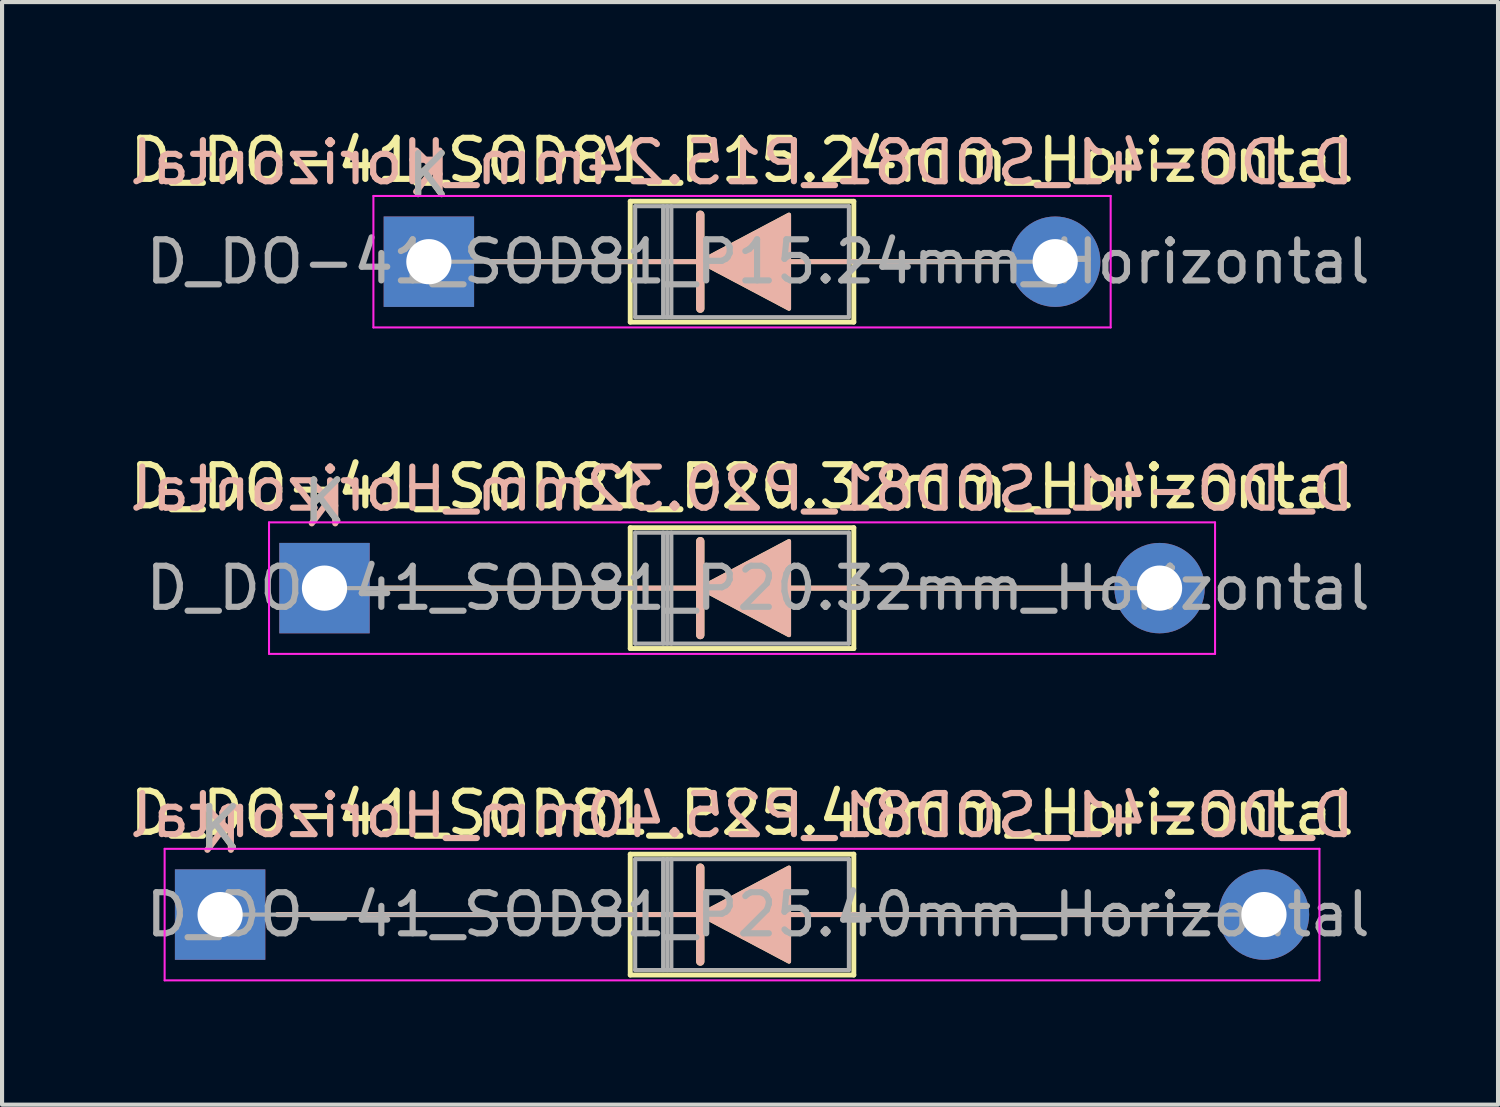
<source format=kicad_pcb>
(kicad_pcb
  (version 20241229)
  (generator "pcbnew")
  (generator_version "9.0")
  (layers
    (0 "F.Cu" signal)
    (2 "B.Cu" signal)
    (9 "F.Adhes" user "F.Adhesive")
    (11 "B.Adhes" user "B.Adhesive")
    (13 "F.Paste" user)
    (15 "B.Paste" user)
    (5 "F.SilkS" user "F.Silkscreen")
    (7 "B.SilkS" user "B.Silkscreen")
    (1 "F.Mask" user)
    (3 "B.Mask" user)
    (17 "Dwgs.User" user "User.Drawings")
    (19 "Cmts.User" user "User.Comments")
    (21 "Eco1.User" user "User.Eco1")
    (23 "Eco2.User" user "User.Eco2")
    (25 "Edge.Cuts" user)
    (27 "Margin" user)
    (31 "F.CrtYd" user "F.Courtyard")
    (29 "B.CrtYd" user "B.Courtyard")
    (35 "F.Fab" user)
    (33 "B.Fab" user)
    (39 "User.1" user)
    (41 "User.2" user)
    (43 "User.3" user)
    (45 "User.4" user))
  (footprint "D_DO-41_SOD81_P20.32mm_Horizontal"
    (layer "F.Cu")
    (at 4.846 11.261)
    (property "Reference" "D_DO-41_SOD81_P20.32mm_Horizontal" (at 10.16 -2.47 0) (layer "F.SilkS") (effects (font (size 1 1) (thickness 0.15))))
    (fp_line (start 1.397 0) (end 7.44 0) (stroke (width 0.12) (type solid)) (layer "F.SilkS"))
    (fp_line (start 7.44 -1.47) (end 7.44 1.47) (stroke (width 0.12) (type solid)) (layer "F.SilkS"))
    (fp_line (start 7.44 1.47) (end 12.88 1.47) (stroke (width 0.12) (type solid)) (layer "F.SilkS"))
    (fp_line (start 9.144 -1.143) (end 9.144 1.143) (stroke (width 0.2) (type solid)) (layer "F.SilkS"))
    (fp_line (start 9.144 0) (end 7.44 0) (stroke (width 0.12) (type solid)) (layer "F.SilkS"))
    (fp_line (start 11.303 0) (end 12.88 0) (stroke (width 0.12) (type solid)) (layer "F.SilkS"))
    (fp_line (start 12.88 -1.47) (end 7.44 -1.47) (stroke (width 0.12) (type solid)) (layer "F.SilkS"))
    (fp_line (start 12.88 1.47) (end 12.88 -1.47) (stroke (width 0.12) (type solid)) (layer "F.SilkS"))
    (fp_line (start 18.923 0) (end 12.88 0) (stroke (width 0.12) (type solid)) (layer "F.SilkS"))
    (fp_poly (pts (xy 11.303 1.143) (xy 9.144 0) (xy 11.303 -1.143)) (stroke (width 0.1) (type solid)) (fill yes) (layer "F.SilkS"))
    (fp_line (start 1.397 0) (end 7.44 0) (stroke (width 0.12) (type solid)) (layer "B.SilkS"))
    (fp_line (start 9.144 0) (end 7.44 0) (stroke (width 0.12) (type solid)) (layer "B.SilkS"))
    (fp_line (start 9.144 1.143) (end 9.144 -1.143) (stroke (width 0.2) (type solid)) (layer "B.SilkS"))
    (fp_line (start 11.303 0) (end 12.88 0) (stroke (width 0.12) (type solid)) (layer "B.SilkS"))
    (fp_line (start 18.923 0) (end 12.88 0) (stroke (width 0.12) (type solid)) (layer "B.SilkS"))
    (fp_poly (pts (xy 11.303 -1.143) (xy 9.144 0) (xy 11.303 1.143)) (stroke (width 0.1) (type solid)) (fill yes) (layer "B.SilkS"))
    (fp_line (start -1.35 -1.6) (end -1.35 1.6) (stroke (width 0.05) (type solid)) (layer "F.CrtYd"))
    (fp_line (start -1.35 1.6) (end 21.67 1.6) (stroke (width 0.05) (type solid)) (layer "F.CrtYd"))
    (fp_line (start 21.67 -1.6) (end -1.35 -1.6) (stroke (width 0.05) (type solid)) (layer "F.CrtYd"))
    (fp_line (start 21.67 1.6) (end 21.67 -1.6) (stroke (width 0.05) (type solid)) (layer "F.CrtYd"))
    (fp_line (start 0 0) (end 7.56 0) (stroke (width 0.1) (type solid)) (layer "F.Fab"))
    (fp_line (start 7.56 -1.35) (end 7.56 1.35) (stroke (width 0.1) (type solid)) (layer "F.Fab"))
    (fp_line (start 7.56 1.35) (end 12.76 1.35) (stroke (width 0.1) (type solid)) (layer "F.Fab"))
    (fp_line (start 8.24 -1.35) (end 8.24 1.35) (stroke (width 0.1) (type solid)) (layer "F.Fab"))
    (fp_line (start 8.34 -1.35) (end 8.34 1.35) (stroke (width 0.1) (type solid)) (layer "F.Fab"))
    (fp_line (start 8.44 -1.35) (end 8.44 1.35) (stroke (width 0.1) (type solid)) (layer "F.Fab"))
    (fp_line (start 12.76 -1.35) (end 7.56 -1.35) (stroke (width 0.1) (type solid)) (layer "F.Fab"))
    (fp_line (start 12.76 1.35) (end 12.76 -1.35) (stroke (width 0.1) (type solid)) (layer "F.Fab"))
    (fp_line (start 20.32 0) (end 12.76 0) (stroke (width 0.1) (type solid)) (layer "F.Fab"))
    (fp_text user "K" (at 0 -2.1 0) (layer "F.SilkS") (effects (font (size 1 1) (thickness 0.15))))
    (fp_text user "${REFERENCE}" (at 10.16 -2.413 0) (layer "B.SilkS") (effects (font (size 1 1) (thickness 0.15)) (justify mirror)))
    (fp_text user "K" (at 0 -2.032 0) (layer "B.SilkS") (effects (font (size 1 1) (thickness 0.15)) (justify mirror)))
    (fp_text user "${REFERENCE}" (at 10.55 0 0) (layer "F.Fab") (effects (font (size 1 1) (thickness 0.15))))
    (fp_text user "K" (at 0 -2.1 0) (layer "F.Fab") (effects (font (size 1 1) (thickness 0.15))))
    (pad "1" thru_hole rect (at 0 0) (size 2.2 2.2) (drill 1.1) (layers "*.Cu" "*.Mask"))
    (pad "2" thru_hole oval (at 20.32 0) (size 2.2 2.2) (drill 1.1) (layers "*.Cu" "*.Mask")))
  (footprint "D_DO-41_SOD81_P15.24mm_Horizontal"
    (layer "F.Cu")
    (at 7.386 3.318)
    (property "Reference" "D_DO-41_SOD81_P15.24mm_Horizontal" (at 7.62 -2.47 0) (layer "F.SilkS") (effects (font (size 1 1) (thickness 0.15))))
    (fp_line (start 1.397 0) (end 4.9 0) (stroke (width 0.12) (type solid)) (layer "F.SilkS"))
    (fp_line (start 4.9 -1.47) (end 4.9 1.47) (stroke (width 0.12) (type solid)) (layer "F.SilkS"))
    (fp_line (start 4.9 1.47) (end 10.34 1.47) (stroke (width 0.12) (type solid)) (layer "F.SilkS"))
    (fp_line (start 6.604 -1.143) (end 6.604 1.143) (stroke (width 0.2) (type solid)) (layer "F.SilkS"))
    (fp_line (start 6.604 0) (end 4.9 0) (stroke (width 0.12) (type solid)) (layer "F.SilkS"))
    (fp_line (start 8.763 0) (end 10.34 0) (stroke (width 0.12) (type solid)) (layer "F.SilkS"))
    (fp_line (start 10.34 -1.47) (end 4.9 -1.47) (stroke (width 0.12) (type solid)) (layer "F.SilkS"))
    (fp_line (start 10.34 1.47) (end 10.34 -1.47) (stroke (width 0.12) (type solid)) (layer "F.SilkS"))
    (fp_line (start 13.843 0) (end 10.34 0) (stroke (width 0.12) (type solid)) (layer "F.SilkS"))
    (fp_poly (pts (xy 8.763 1.143) (xy 6.604 0) (xy 8.763 -1.143)) (stroke (width 0.1) (type solid)) (fill yes) (layer "F.SilkS"))
    (fp_line (start 1.397 0) (end 4.9 0) (stroke (width 0.12) (type solid)) (layer "B.SilkS"))
    (fp_line (start 6.604 0) (end 4.9 0) (stroke (width 0.12) (type solid)) (layer "B.SilkS"))
    (fp_line (start 6.604 1.143) (end 6.604 -1.143) (stroke (width 0.2) (type solid)) (layer "B.SilkS"))
    (fp_line (start 8.763 0) (end 10.34 0) (stroke (width 0.12) (type solid)) (layer "B.SilkS"))
    (fp_line (start 13.843 0) (end 10.34 0) (stroke (width 0.12) (type solid)) (layer "B.SilkS"))
    (fp_poly (pts (xy 8.763 -1.143) (xy 6.604 0) (xy 8.763 1.143)) (stroke (width 0.1) (type solid)) (fill yes) (layer "B.SilkS"))
    (fp_line (start -1.35 -1.6) (end -1.35 1.6) (stroke (width 0.05) (type solid)) (layer "F.CrtYd"))
    (fp_line (start -1.35 1.6) (end 16.59 1.6) (stroke (width 0.05) (type solid)) (layer "F.CrtYd"))
    (fp_line (start 16.59 -1.6) (end -1.35 -1.6) (stroke (width 0.05) (type solid)) (layer "F.CrtYd"))
    (fp_line (start 16.59 1.6) (end 16.59 -1.6) (stroke (width 0.05) (type solid)) (layer "F.CrtYd"))
    (fp_line (start 0 0) (end 5.02 0) (stroke (width 0.1) (type solid)) (layer "F.Fab"))
    (fp_line (start 5.02 -1.35) (end 5.02 1.35) (stroke (width 0.1) (type solid)) (layer "F.Fab"))
    (fp_line (start 5.02 1.35) (end 10.22 1.35) (stroke (width 0.1) (type solid)) (layer "F.Fab"))
    (fp_line (start 5.7 -1.35) (end 5.7 1.35) (stroke (width 0.1) (type solid)) (layer "F.Fab"))
    (fp_line (start 5.8 -1.35) (end 5.8 1.35) (stroke (width 0.1) (type solid)) (layer "F.Fab"))
    (fp_line (start 5.9 -1.35) (end 5.9 1.35) (stroke (width 0.1) (type solid)) (layer "F.Fab"))
    (fp_line (start 10.22 -1.35) (end 5.02 -1.35) (stroke (width 0.1) (type solid)) (layer "F.Fab"))
    (fp_line (start 10.22 1.35) (end 10.22 -1.35) (stroke (width 0.1) (type solid)) (layer "F.Fab"))
    (fp_line (start 15.24 0) (end 10.22 0) (stroke (width 0.1) (type solid)) (layer "F.Fab"))
    (fp_text user "K" (at 0 -2.1 0) (layer "F.SilkS") (effects (font (size 1 1) (thickness 0.15))))
    (fp_text user "${REFERENCE}" (at 7.62 -2.413 0) (layer "B.SilkS") (effects (font (size 1 1) (thickness 0.15)) (justify mirror)))
    (fp_text user "K" (at 0 -2.159 0) (layer "B.SilkS") (effects (font (size 1 1) (thickness 0.15)) (justify mirror)))
    (fp_text user "K" (at 0 -2.1 0) (layer "F.Fab") (effects (font (size 1 1) (thickness 0.15))))
    (fp_text user "${REFERENCE}" (at 8.01 0 0) (layer "F.Fab") (effects (font (size 1 1) (thickness 0.15))))
    (pad "1" thru_hole rect (at 0 0) (size 2.2 2.2) (drill 1.1) (layers "*.Cu" "*.Mask"))
    (pad "2" thru_hole oval (at 15.24 0) (size 2.2 2.2) (drill 1.1) (layers "*.Cu" "*.Mask")))
  (footprint "D_DO-41_SOD81_P25.40mm_Horizontal"
    (layer "F.Cu")
    (at 2.306 19.205)
    (property "Reference" "D_DO-41_SOD81_P25.40mm_Horizontal" (at 12.7 -2.47 0) (layer "F.SilkS") (effects (font (size 1 1) (thickness 0.15))))
    (fp_line (start 1.397 0) (end 9.98 0) (stroke (width 0.12) (type solid)) (layer "F.SilkS"))
    (fp_line (start 9.98 -1.47) (end 9.98 1.47) (stroke (width 0.12) (type solid)) (layer "F.SilkS"))
    (fp_line (start 9.98 1.47) (end 15.42 1.47) (stroke (width 0.12) (type solid)) (layer "F.SilkS"))
    (fp_line (start 11.684 -1.143) (end 11.684 1.143) (stroke (width 0.2) (type solid)) (layer "F.SilkS"))
    (fp_line (start 11.684 0) (end 9.98 0) (stroke (width 0.12) (type solid)) (layer "F.SilkS"))
    (fp_line (start 13.843 0) (end 15.42 0) (stroke (width 0.12) (type solid)) (layer "F.SilkS"))
    (fp_line (start 15.42 -1.47) (end 9.98 -1.47) (stroke (width 0.12) (type solid)) (layer "F.SilkS"))
    (fp_line (start 15.42 1.47) (end 15.42 -1.47) (stroke (width 0.12) (type solid)) (layer "F.SilkS"))
    (fp_line (start 24.003 0) (end 15.42 0) (stroke (width 0.12) (type solid)) (layer "F.SilkS"))
    (fp_poly (pts (xy 13.843 1.143) (xy 11.684 0) (xy 13.843 -1.143)) (stroke (width 0.1) (type solid)) (fill yes) (layer "F.SilkS"))
    (fp_line (start 1.397 0) (end 9.98 0) (stroke (width 0.12) (type solid)) (layer "B.SilkS"))
    (fp_line (start 11.684 0) (end 9.98 0) (stroke (width 0.12) (type solid)) (layer "B.SilkS"))
    (fp_line (start 11.684 1.143) (end 11.684 -1.143) (stroke (width 0.2) (type solid)) (layer "B.SilkS"))
    (fp_line (start 13.843 0) (end 15.42 0) (stroke (width 0.12) (type solid)) (layer "B.SilkS"))
    (fp_line (start 24.003 0) (end 15.42 0) (stroke (width 0.12) (type solid)) (layer "B.SilkS"))
    (fp_poly (pts (xy 13.843 -1.143) (xy 11.684 0) (xy 13.843 1.143)) (stroke (width 0.1) (type solid)) (fill yes) (layer "B.SilkS"))
    (fp_line (start -1.35 -1.6) (end -1.35 1.6) (stroke (width 0.05) (type solid)) (layer "F.CrtYd"))
    (fp_line (start -1.35 1.6) (end 26.75 1.6) (stroke (width 0.05) (type solid)) (layer "F.CrtYd"))
    (fp_line (start 26.75 -1.6) (end -1.35 -1.6) (stroke (width 0.05) (type solid)) (layer "F.CrtYd"))
    (fp_line (start 26.75 1.6) (end 26.75 -1.6) (stroke (width 0.05) (type solid)) (layer "F.CrtYd"))
    (fp_line (start 0 0) (end 10.1 0) (stroke (width 0.1) (type solid)) (layer "F.Fab"))
    (fp_line (start 10.1 -1.35) (end 10.1 1.35) (stroke (width 0.1) (type solid)) (layer "F.Fab"))
    (fp_line (start 10.1 1.35) (end 15.3 1.35) (stroke (width 0.1) (type solid)) (layer "F.Fab"))
    (fp_line (start 10.78 -1.35) (end 10.78 1.35) (stroke (width 0.1) (type solid)) (layer "F.Fab"))
    (fp_line (start 10.88 -1.35) (end 10.88 1.35) (stroke (width 0.1) (type solid)) (layer "F.Fab"))
    (fp_line (start 10.98 -1.35) (end 10.98 1.35) (stroke (width 0.1) (type solid)) (layer "F.Fab"))
    (fp_line (start 15.3 -1.35) (end 10.1 -1.35) (stroke (width 0.1) (type solid)) (layer "F.Fab"))
    (fp_line (start 15.3 1.35) (end 15.3 -1.35) (stroke (width 0.1) (type solid)) (layer "F.Fab"))
    (fp_line (start 25.4 0) (end 15.3 0) (stroke (width 0.1) (type solid)) (layer "F.Fab"))
    (fp_text user "K" (at 0 -2.1 0) (layer "F.SilkS") (effects (font (size 1 1) (thickness 0.15))))
    (fp_text user "K" (at 0 -2.032 0) (layer "B.SilkS") (effects (font (size 1 1) (thickness 0.15)) (justify mirror)))
    (fp_text user "${REFERENCE}" (at 12.7 -2.413 0) (layer "B.SilkS") (effects (font (size 1 1) (thickness 0.15)) (justify mirror)))
    (fp_text user "K" (at 0 -2.1 0) (layer "F.Fab") (effects (font (size 1 1) (thickness 0.15))))
    (fp_text user "${REFERENCE}" (at 13.09 0 0) (layer "F.Fab") (effects (font (size 1 1) (thickness 0.15))))
    (pad "1" thru_hole rect (at 0 0) (size 2.2 2.2) (drill 1.1) (layers "*.Cu" "*.Mask"))
    (pad "2" thru_hole oval (at 25.4 0) (size 2.2 2.2) (drill 1.1) (layers "*.Cu" "*.Mask")))
  (gr_rect
    (start -3 -3)
    (end 33.402 23.83)
    (stroke (width 0.1) (type default))
    (fill no)
    (layer "Edge.Cuts")))
</source>
